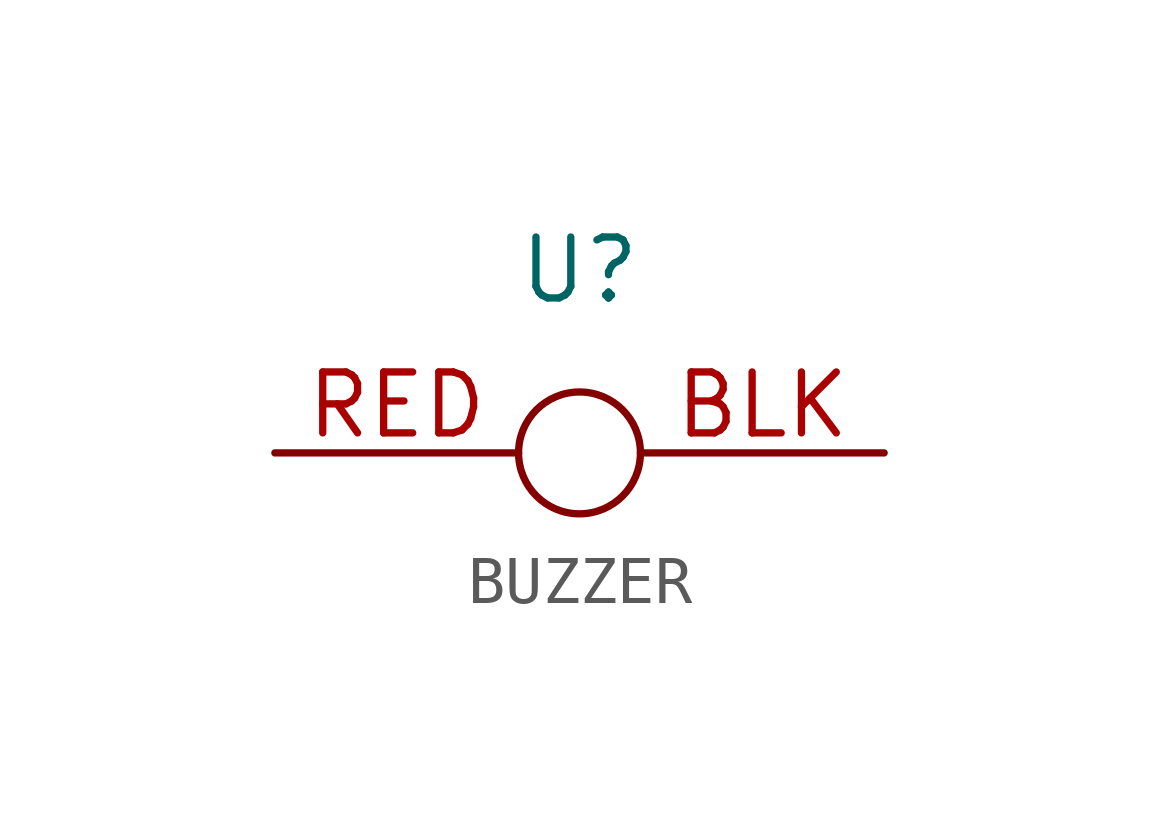
<source format=kicad_sym>
(kicad_symbol_lib
  (version 20241209)
  (generator "kicad_symbol_editor")
  (generator_version "9.0")
  (symbol "BUZZER"
    (property "Reference" "U"
      (at 0 0 0)
      (effects (font (size 1.27 1.27))))
    (property "Value" ""
      (at 0 0 0)
      (effects (font (size 1.27 1.27))))
    (symbol "BUZZER_0_1"
      (circle (center 0 -3.81) (radius 1.27) (stroke (width 0) (type default)) (fill (type none))))
    (symbol "BUZZER_1_1"
      (pin output line (at -6.35 -3.81 0) (length 5.08) (name "" (effects (font (size 1.27 1.27)))) (number "RED" (effects (font (size 1.27 1.27)))))
      (pin output line (at 6.35 -3.81 180) (length 5.08) (name "" (effects (font (size 1.27 1.27)))) (number "BLK" (effects (font (size 1.27 1.27))))))))
</source>
